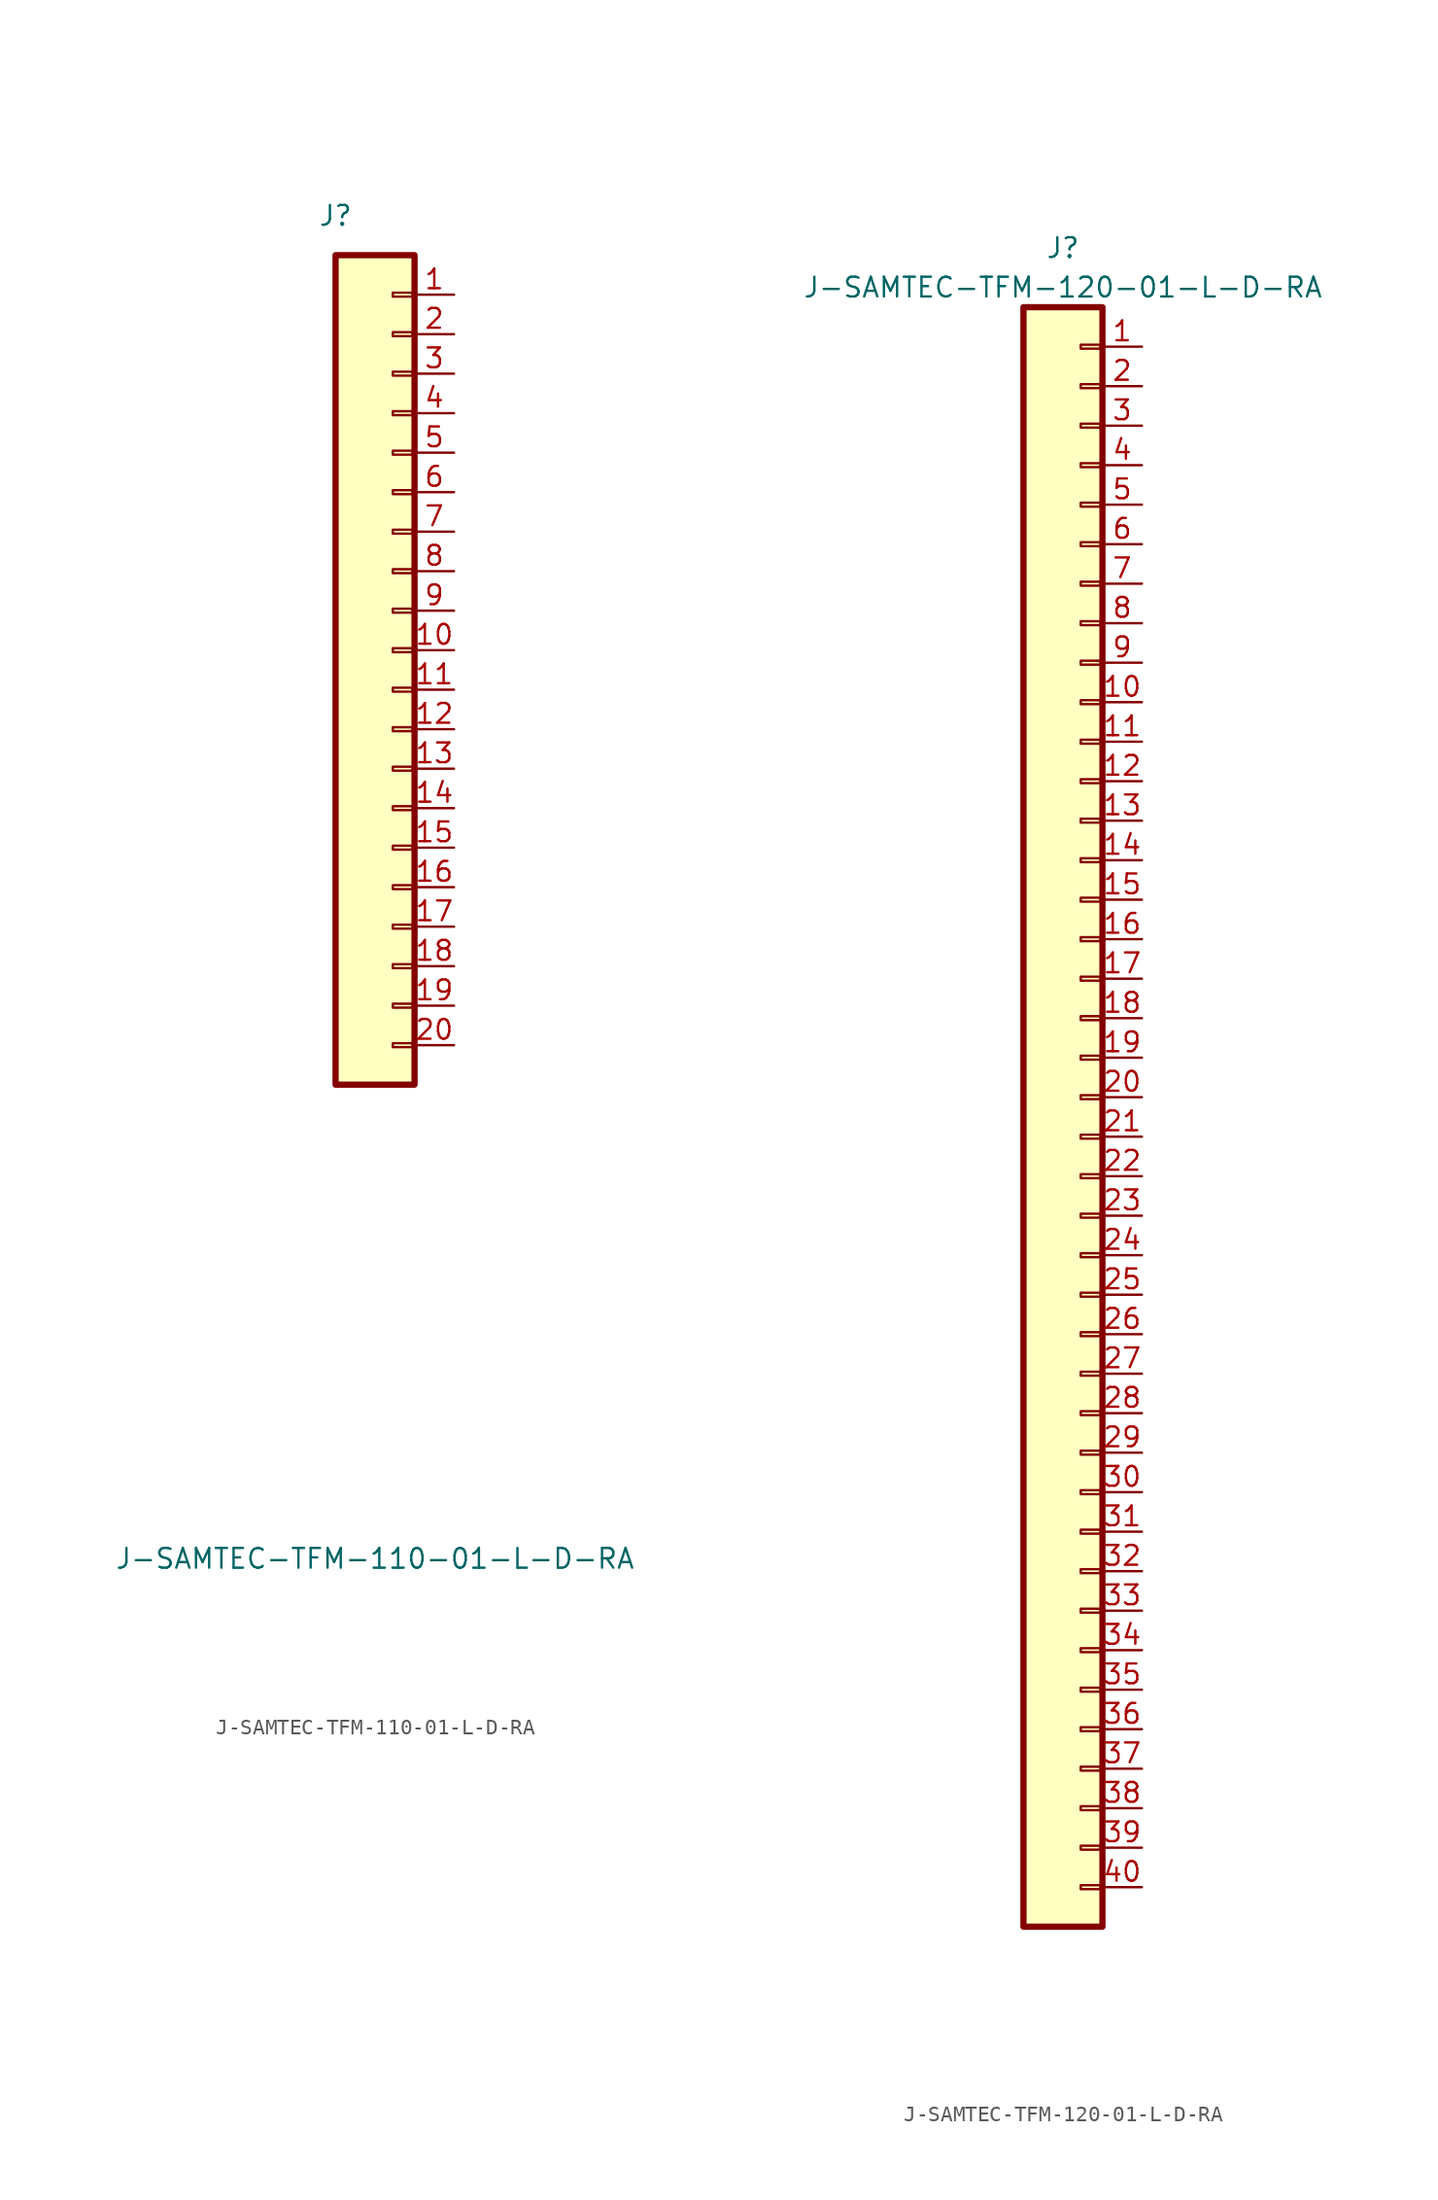
<source format=kicad_sym>
(kicad_symbol_lib
  (version 20241209)
  (generator "kicad_symbol_editor")
  (generator_version "9.0")
  (symbol "J-SAMTEC-TFM-110-01-L-D-RA"
    (pin_names
      (hide yes))
    (property "Reference" "J"
      (at -2.54 30.48 0)
      (effects (font (size 1.27 1.27))))
    (property "Value" "J-SAMTEC-TFM-110-01-L-D-RA"
      (at 0 -55.88 0)
      (effects (font (size 1.27 1.27))))
    (symbol "J-SAMTEC-TFM-110-01-L-D-RA_0_1"
      (rectangle (start 2.413 25.527) (end 1.143 25.273) (stroke (width 0.152) (type default)) (fill (type none)))
      (rectangle (start 2.413 22.987) (end 1.143 22.733) (stroke (width 0.152) (type default)) (fill (type none)))
      (rectangle (start 2.413 20.447) (end 1.143 20.193) (stroke (width 0.152) (type default)) (fill (type none)))
      (rectangle (start 2.413 17.907) (end 1.143 17.653) (stroke (width 0.152) (type default)) (fill (type none)))
      (rectangle (start 2.413 15.367) (end 1.143 15.113) (stroke (width 0.152) (type default)) (fill (type none)))
      (rectangle (start 2.413 12.827) (end 1.143 12.573) (stroke (width 0.152) (type default)) (fill (type none)))
      (rectangle (start 2.413 10.287) (end 1.143 10.033) (stroke (width 0.152) (type default)) (fill (type none)))
      (rectangle (start 2.413 7.747) (end 1.143 7.493) (stroke (width 0.152) (type default)) (fill (type none)))
      (rectangle (start 2.413 5.207) (end 1.143 4.953) (stroke (width 0.152) (type default)) (fill (type none)))
      (rectangle (start 2.413 2.667) (end 1.143 2.413) (stroke (width 0.152) (type default)) (fill (type none)))
      (rectangle (start 2.413 0.127) (end 1.143 -0.127) (stroke (width 0.152) (type default)) (fill (type none)))
      (rectangle (start 2.413 -2.413) (end 1.143 -2.667) (stroke (width 0.152) (type default)) (fill (type none)))
      (rectangle (start 2.413 -4.953) (end 1.143 -5.207) (stroke (width 0.152) (type default)) (fill (type none)))
      (rectangle (start 2.413 -7.493) (end 1.143 -7.747) (stroke (width 0.152) (type default)) (fill (type none)))
      (rectangle (start 2.413 -10.033) (end 1.143 -10.287) (stroke (width 0.152) (type default)) (fill (type none)))
      (rectangle (start 2.413 -12.573) (end 1.143 -12.827) (stroke (width 0.152) (type default)) (fill (type none)))
      (rectangle (start 2.413 -15.113) (end 1.143 -15.367) (stroke (width 0.152) (type default)) (fill (type none)))
      (rectangle (start 2.413 -17.653) (end 1.143 -17.907) (stroke (width 0.152) (type default)) (fill (type none)))
      (rectangle (start 2.413 -20.193) (end 1.143 -20.447) (stroke (width 0.152) (type default)) (fill (type none)))
      (rectangle (start 2.413 -22.733) (end 1.143 -22.987) (stroke (width 0.152) (type default)) (fill (type none))))
    (symbol "J-SAMTEC-TFM-110-01-L-D-RA_1_1"
      (rectangle (start -2.54 27.94) (end 2.54 -25.4) (stroke (width 0.4) (type solid)) (fill (type color) (color 255 255 194 1)))
      (pin passive line (at 5.08 25.4 180) (length 2.54) (name "" (effects (font (size 1.27 1.27)))) (number "1" (effects (font (size 1.27 1.27)))))
      (pin passive line (at 5.08 22.86 180) (length 2.54) (name "" (effects (font (size 1.27 1.27)))) (number "2" (effects (font (size 1.27 1.27)))))
      (pin passive line (at 5.08 20.32 180) (length 2.54) (name "" (effects (font (size 1.27 1.27)))) (number "3" (effects (font (size 1.27 1.27)))))
      (pin passive line (at 5.08 17.78 180) (length 2.54) (name "" (effects (font (size 1.27 1.27)))) (number "4" (effects (font (size 1.27 1.27)))))
      (pin passive line (at 5.08 15.24 180) (length 2.54) (name "" (effects (font (size 1.27 1.27)))) (number "5" (effects (font (size 1.27 1.27)))))
      (pin passive line (at 5.08 12.7 180) (length 2.54) (name "" (effects (font (size 1.27 1.27)))) (number "6" (effects (font (size 1.27 1.27)))))
      (pin passive line (at 5.08 10.16 180) (length 2.54) (name "" (effects (font (size 1.27 1.27)))) (number "7" (effects (font (size 1.27 1.27)))))
      (pin passive line (at 5.08 7.62 180) (length 2.54) (name "" (effects (font (size 1.27 1.27)))) (number "8" (effects (font (size 1.27 1.27)))))
      (pin passive line (at 5.08 5.08 180) (length 2.54) (name "" (effects (font (size 1.27 1.27)))) (number "9" (effects (font (size 1.27 1.27)))))
      (pin passive line (at 5.08 2.54 180) (length 2.54) (name "" (effects (font (size 1.27 1.27)))) (number "10" (effects (font (size 1.27 1.27)))))
      (pin passive line (at 5.08 0 180) (length 2.54) (name "" (effects (font (size 1.27 1.27)))) (number "11" (effects (font (size 1.27 1.27)))))
      (pin passive line (at 5.08 -2.54 180) (length 2.54) (name "" (effects (font (size 1.27 1.27)))) (number "12" (effects (font (size 1.27 1.27)))))
      (pin passive line (at 5.08 -5.08 180) (length 2.54) (name "" (effects (font (size 1.27 1.27)))) (number "13" (effects (font (size 1.27 1.27)))))
      (pin passive line (at 5.08 -7.62 180) (length 2.54) (name "" (effects (font (size 1.27 1.27)))) (number "14" (effects (font (size 1.27 1.27)))))
      (pin passive line (at 5.08 -10.16 180) (length 2.54) (name "" (effects (font (size 1.27 1.27)))) (number "15" (effects (font (size 1.27 1.27)))))
      (pin passive line (at 5.08 -12.7 180) (length 2.54) (name "" (effects (font (size 1.27 1.27)))) (number "16" (effects (font (size 1.27 1.27)))))
      (pin passive line (at 5.08 -15.24 180) (length 2.54) (name "" (effects (font (size 1.27 1.27)))) (number "17" (effects (font (size 1.27 1.27)))))
      (pin passive line (at 5.08 -17.78 180) (length 2.54) (name "" (effects (font (size 1.27 1.27)))) (number "18" (effects (font (size 1.27 1.27)))))
      (pin passive line (at 5.08 -20.32 180) (length 2.54) (name "" (effects (font (size 1.27 1.27)))) (number "19" (effects (font (size 1.27 1.27)))))
      (pin passive line (at 5.08 -22.86 180) (length 2.54) (name "" (effects (font (size 1.27 1.27)))) (number "20" (effects (font (size 1.27 1.27)))))))
  (symbol "J-SAMTEC-TFM-120-01-L-D-RA"
    (pin_names
      (hide yes))
    (property "Reference" "J"
      (at 0 54.61 0)
      (effects (font (size 1.27 1.27))))
    (property "Value" "J-SAMTEC-TFM-120-01-L-D-RA"
      (at 0 52.07 0)
      (effects (font (size 1.27 1.27))))
    (symbol "J-SAMTEC-TFM-120-01-L-D-RA_0_1"
      (rectangle (start 2.413 48.387) (end 1.143 48.133) (stroke (width 0.152) (type default)) (fill (type none)))
      (rectangle (start 2.413 45.847) (end 1.143 45.593) (stroke (width 0.152) (type default)) (fill (type none)))
      (rectangle (start 2.413 43.307) (end 1.143 43.053) (stroke (width 0.152) (type default)) (fill (type none)))
      (rectangle (start 2.413 40.767) (end 1.143 40.513) (stroke (width 0.152) (type default)) (fill (type none)))
      (rectangle (start 2.413 38.227) (end 1.143 37.973) (stroke (width 0.152) (type default)) (fill (type none)))
      (rectangle (start 2.413 35.687) (end 1.143 35.433) (stroke (width 0.152) (type default)) (fill (type none)))
      (rectangle (start 2.413 33.147) (end 1.143 32.893) (stroke (width 0.152) (type default)) (fill (type none)))
      (rectangle (start 2.413 30.607) (end 1.143 30.353) (stroke (width 0.152) (type default)) (fill (type none)))
      (rectangle (start 2.413 28.067) (end 1.143 27.813) (stroke (width 0.152) (type default)) (fill (type none)))
      (rectangle (start 2.413 25.527) (end 1.143 25.273) (stroke (width 0.152) (type default)) (fill (type none)))
      (rectangle (start 2.413 22.987) (end 1.143 22.733) (stroke (width 0.152) (type default)) (fill (type none)))
      (rectangle (start 2.413 20.447) (end 1.143 20.193) (stroke (width 0.152) (type default)) (fill (type none)))
      (rectangle (start 2.413 17.907) (end 1.143 17.653) (stroke (width 0.152) (type default)) (fill (type none)))
      (rectangle (start 2.413 15.367) (end 1.143 15.113) (stroke (width 0.152) (type default)) (fill (type none)))
      (rectangle (start 2.413 12.827) (end 1.143 12.573) (stroke (width 0.152) (type default)) (fill (type none)))
      (rectangle (start 2.413 10.287) (end 1.143 10.033) (stroke (width 0.152) (type default)) (fill (type none)))
      (rectangle (start 2.413 7.747) (end 1.143 7.493) (stroke (width 0.152) (type default)) (fill (type none)))
      (rectangle (start 2.413 5.207) (end 1.143 4.953) (stroke (width 0.152) (type default)) (fill (type none)))
      (rectangle (start 2.413 2.667) (end 1.143 2.413) (stroke (width 0.152) (type default)) (fill (type none)))
      (rectangle (start 2.413 0.127) (end 1.143 -0.127) (stroke (width 0.152) (type default)) (fill (type none)))
      (rectangle (start 2.413 -2.413) (end 1.143 -2.667) (stroke (width 0.152) (type default)) (fill (type none)))
      (rectangle (start 2.413 -4.953) (end 1.143 -5.207) (stroke (width 0.152) (type default)) (fill (type none)))
      (rectangle (start 2.413 -7.493) (end 1.143 -7.747) (stroke (width 0.152) (type default)) (fill (type none)))
      (rectangle (start 2.413 -10.033) (end 1.143 -10.287) (stroke (width 0.152) (type default)) (fill (type none)))
      (rectangle (start 2.413 -12.573) (end 1.143 -12.827) (stroke (width 0.152) (type default)) (fill (type none)))
      (rectangle (start 2.413 -15.113) (end 1.143 -15.367) (stroke (width 0.152) (type default)) (fill (type none)))
      (rectangle (start 2.413 -17.653) (end 1.143 -17.907) (stroke (width 0.152) (type default)) (fill (type none)))
      (rectangle (start 2.413 -20.193) (end 1.143 -20.447) (stroke (width 0.152) (type default)) (fill (type none)))
      (rectangle (start 2.413 -22.733) (end 1.143 -22.987) (stroke (width 0.152) (type default)) (fill (type none)))
      (rectangle (start 2.413 -25.273) (end 1.143 -25.527) (stroke (width 0.152) (type default)) (fill (type none)))
      (rectangle (start 2.413 -27.813) (end 1.143 -28.067) (stroke (width 0.152) (type default)) (fill (type none)))
      (rectangle (start 2.413 -30.353) (end 1.143 -30.607) (stroke (width 0.152) (type default)) (fill (type none)))
      (rectangle (start 2.413 -32.893) (end 1.143 -33.147) (stroke (width 0.152) (type default)) (fill (type none)))
      (rectangle (start 2.413 -35.433) (end 1.143 -35.687) (stroke (width 0.152) (type default)) (fill (type none)))
      (rectangle (start 2.413 -37.973) (end 1.143 -38.227) (stroke (width 0.152) (type default)) (fill (type none)))
      (rectangle (start 2.413 -40.513) (end 1.143 -40.767) (stroke (width 0.152) (type default)) (fill (type none)))
      (rectangle (start 2.413 -43.053) (end 1.143 -43.307) (stroke (width 0.152) (type default)) (fill (type none)))
      (rectangle (start 2.413 -45.593) (end 1.143 -45.847) (stroke (width 0.152) (type default)) (fill (type none)))
      (rectangle (start 2.413 -48.133) (end 1.143 -48.387) (stroke (width 0.152) (type default)) (fill (type none)))
      (rectangle (start 2.413 -50.673) (end 1.143 -50.927) (stroke (width 0.152) (type default)) (fill (type none))))
    (symbol "J-SAMTEC-TFM-120-01-L-D-RA_1_1"
      (rectangle (start -2.54 50.8) (end 2.54 -53.34) (stroke (width 0.4) (type default)) (fill (type background)))
      (pin passive line (at 5.08 48.26 180) (length 2.54) (name "" (effects (font (size 1.27 1.27)))) (number "1" (effects (font (size 1.27 1.27)))))
      (pin passive line (at 5.08 45.72 180) (length 2.54) (name "" (effects (font (size 1.27 1.27)))) (number "2" (effects (font (size 1.27 1.27)))))
      (pin passive line (at 5.08 43.18 180) (length 2.54) (name "" (effects (font (size 1.27 1.27)))) (number "3" (effects (font (size 1.27 1.27)))))
      (pin passive line (at 5.08 40.64 180) (length 2.54) (name "" (effects (font (size 1.27 1.27)))) (number "4" (effects (font (size 1.27 1.27)))))
      (pin passive line (at 5.08 38.1 180) (length 2.54) (name "" (effects (font (size 1.27 1.27)))) (number "5" (effects (font (size 1.27 1.27)))))
      (pin passive line (at 5.08 35.56 180) (length 2.54) (name "" (effects (font (size 1.27 1.27)))) (number "6" (effects (font (size 1.27 1.27)))))
      (pin passive line (at 5.08 33.02 180) (length 2.54) (name "" (effects (font (size 1.27 1.27)))) (number "7" (effects (font (size 1.27 1.27)))))
      (pin passive line (at 5.08 30.48 180) (length 2.54) (name "" (effects (font (size 1.27 1.27)))) (number "8" (effects (font (size 1.27 1.27)))))
      (pin passive line (at 5.08 27.94 180) (length 2.54) (name "" (effects (font (size 1.27 1.27)))) (number "9" (effects (font (size 1.27 1.27)))))
      (pin passive line (at 5.08 25.4 180) (length 2.54) (name "" (effects (font (size 1.27 1.27)))) (number "10" (effects (font (size 1.27 1.27)))))
      (pin passive line (at 5.08 22.86 180) (length 2.54) (name "" (effects (font (size 1.27 1.27)))) (number "11" (effects (font (size 1.27 1.27)))))
      (pin passive line (at 5.08 20.32 180) (length 2.54) (name "" (effects (font (size 1.27 1.27)))) (number "12" (effects (font (size 1.27 1.27)))))
      (pin passive line (at 5.08 17.78 180) (length 2.54) (name "" (effects (font (size 1.27 1.27)))) (number "13" (effects (font (size 1.27 1.27)))))
      (pin passive line (at 5.08 15.24 180) (length 2.54) (name "" (effects (font (size 1.27 1.27)))) (number "14" (effects (font (size 1.27 1.27)))))
      (pin passive line (at 5.08 12.7 180) (length 2.54) (name "" (effects (font (size 1.27 1.27)))) (number "15" (effects (font (size 1.27 1.27)))))
      (pin passive line (at 5.08 10.16 180) (length 2.54) (name "" (effects (font (size 1.27 1.27)))) (number "16" (effects (font (size 1.27 1.27)))))
      (pin passive line (at 5.08 7.62 180) (length 2.54) (name "" (effects (font (size 1.27 1.27)))) (number "17" (effects (font (size 1.27 1.27)))))
      (pin passive line (at 5.08 5.08 180) (length 2.54) (name "" (effects (font (size 1.27 1.27)))) (number "18" (effects (font (size 1.27 1.27)))))
      (pin passive line (at 5.08 2.54 180) (length 2.54) (name "" (effects (font (size 1.27 1.27)))) (number "19" (effects (font (size 1.27 1.27)))))
      (pin passive line (at 5.08 0 180) (length 2.54) (name "" (effects (font (size 1.27 1.27)))) (number "20" (effects (font (size 1.27 1.27)))))
      (pin passive line (at 5.08 -2.54 180) (length 2.54) (name "" (effects (font (size 1.27 1.27)))) (number "21" (effects (font (size 1.27 1.27)))))
      (pin passive line (at 5.08 -5.08 180) (length 2.54) (name "" (effects (font (size 1.27 1.27)))) (number "22" (effects (font (size 1.27 1.27)))))
      (pin passive line (at 5.08 -7.62 180) (length 2.54) (name "" (effects (font (size 1.27 1.27)))) (number "23" (effects (font (size 1.27 1.27)))))
      (pin passive line (at 5.08 -10.16 180) (length 2.54) (name "" (effects (font (size 1.27 1.27)))) (number "24" (effects (font (size 1.27 1.27)))))
      (pin passive line (at 5.08 -12.7 180) (length 2.54) (name "" (effects (font (size 1.27 1.27)))) (number "25" (effects (font (size 1.27 1.27)))))
      (pin passive line (at 5.08 -15.24 180) (length 2.54) (name "" (effects (font (size 1.27 1.27)))) (number "26" (effects (font (size 1.27 1.27)))))
      (pin passive line (at 5.08 -17.78 180) (length 2.54) (name "" (effects (font (size 1.27 1.27)))) (number "27" (effects (font (size 1.27 1.27)))))
      (pin passive line (at 5.08 -20.32 180) (length 2.54) (name "" (effects (font (size 1.27 1.27)))) (number "28" (effects (font (size 1.27 1.27)))))
      (pin passive line (at 5.08 -22.86 180) (length 2.54) (name "" (effects (font (size 1.27 1.27)))) (number "29" (effects (font (size 1.27 1.27)))))
      (pin passive line (at 5.08 -25.4 180) (length 2.54) (name "" (effects (font (size 1.27 1.27)))) (number "30" (effects (font (size 1.27 1.27)))))
      (pin passive line (at 5.08 -27.94 180) (length 2.54) (name "" (effects (font (size 1.27 1.27)))) (number "31" (effects (font (size 1.27 1.27)))))
      (pin passive line (at 5.08 -30.48 180) (length 2.54) (name "" (effects (font (size 1.27 1.27)))) (number "32" (effects (font (size 1.27 1.27)))))
      (pin passive line (at 5.08 -33.02 180) (length 2.54) (name "" (effects (font (size 1.27 1.27)))) (number "33" (effects (font (size 1.27 1.27)))))
      (pin passive line (at 5.08 -35.56 180) (length 2.54) (name "" (effects (font (size 1.27 1.27)))) (number "34" (effects (font (size 1.27 1.27)))))
      (pin passive line (at 5.08 -38.1 180) (length 2.54) (name "" (effects (font (size 1.27 1.27)))) (number "35" (effects (font (size 1.27 1.27)))))
      (pin passive line (at 5.08 -40.64 180) (length 2.54) (name "" (effects (font (size 1.27 1.27)))) (number "36" (effects (font (size 1.27 1.27)))))
      (pin passive line (at 5.08 -43.18 180) (length 2.54) (name "" (effects (font (size 1.27 1.27)))) (number "37" (effects (font (size 1.27 1.27)))))
      (pin passive line (at 5.08 -45.72 180) (length 2.54) (name "" (effects (font (size 1.27 1.27)))) (number "38" (effects (font (size 1.27 1.27)))))
      (pin passive line (at 5.08 -48.26 180) (length 2.54) (name "" (effects (font (size 1.27 1.27)))) (number "39" (effects (font (size 1.27 1.27)))))
      (pin passive line (at 5.08 -50.8 180) (length 2.54) (name "" (effects (font (size 1.27 1.27)))) (number "40" (effects (font (size 1.27 1.27))))))))
</source>
